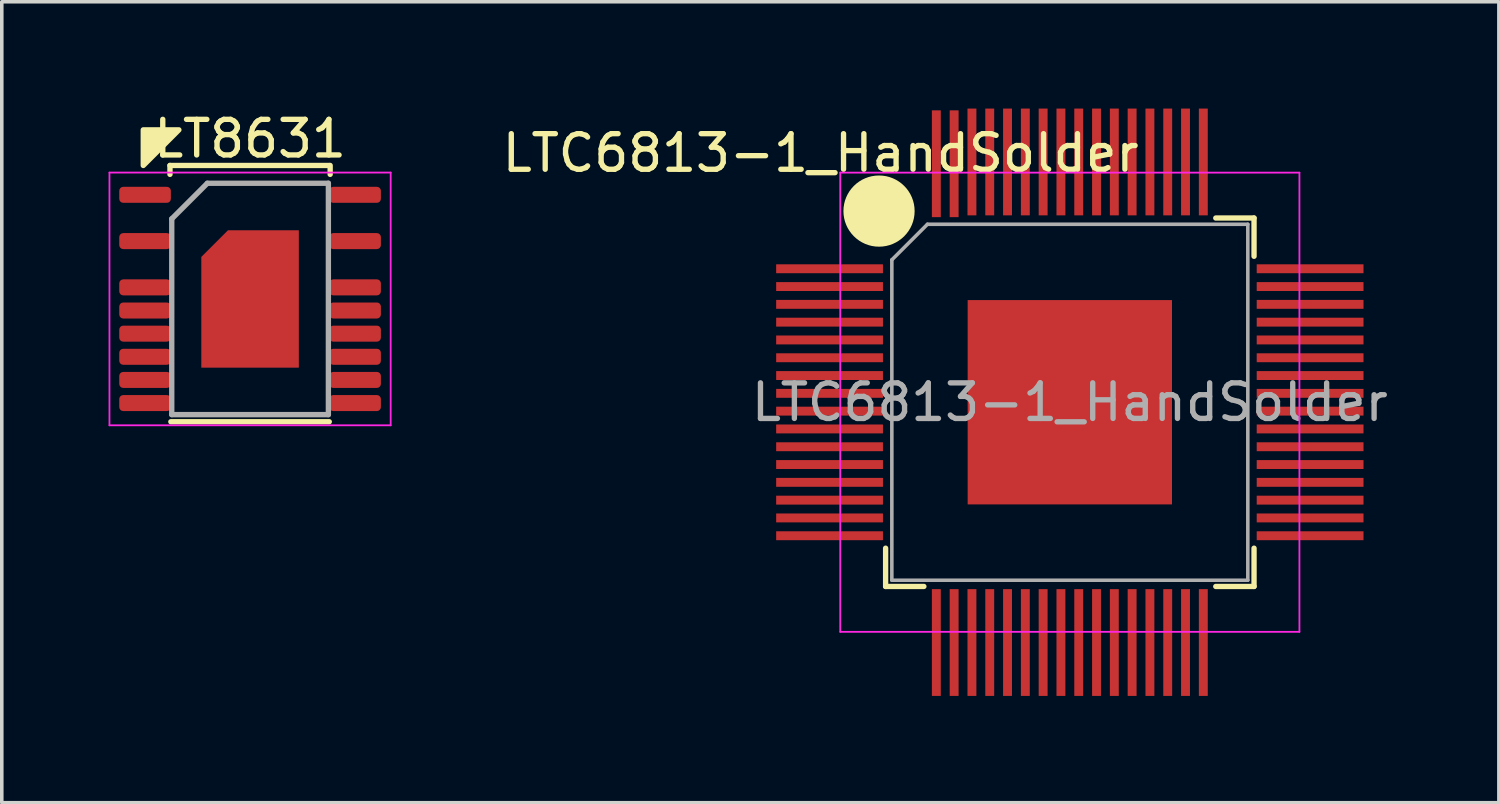
<source format=kicad_pcb>
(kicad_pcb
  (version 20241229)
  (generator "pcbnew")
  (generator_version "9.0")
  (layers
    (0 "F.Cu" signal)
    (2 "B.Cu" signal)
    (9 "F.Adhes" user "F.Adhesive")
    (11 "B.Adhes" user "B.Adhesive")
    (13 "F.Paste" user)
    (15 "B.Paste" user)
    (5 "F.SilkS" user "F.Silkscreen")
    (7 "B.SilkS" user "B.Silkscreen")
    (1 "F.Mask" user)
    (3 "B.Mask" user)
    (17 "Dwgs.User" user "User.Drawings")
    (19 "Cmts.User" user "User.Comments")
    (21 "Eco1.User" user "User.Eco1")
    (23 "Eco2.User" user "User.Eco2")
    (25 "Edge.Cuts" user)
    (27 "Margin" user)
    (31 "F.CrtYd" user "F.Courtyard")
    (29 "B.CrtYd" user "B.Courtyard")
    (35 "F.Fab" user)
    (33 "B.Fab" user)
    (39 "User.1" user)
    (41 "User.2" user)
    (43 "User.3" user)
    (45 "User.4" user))
  (footprint "LT8631"
    (layer "F.Cu")
    (at 3.975 5.348)
    (property "Reference" "LT8631" (at 0 -4.5 180) (layer "F.SilkS") (effects (font (size 1 1) (thickness 0.15))))
    (attr smd)
    (fp_line (start -2.25 -3.75) (end -2.25 -3.5) (stroke (width 0.15) (type solid)) (layer "F.SilkS"))
    (fp_line (start -2.25 -3.75) (end 2.225 -3.75) (stroke (width 0.15) (type solid)) (layer "F.SilkS"))
    (fp_line (start -2.225 3.45) (end 2.225 3.45) (stroke (width 0.15) (type solid)) (layer "F.SilkS"))
    (fp_line (start 2.25 -3.75) (end 2.25 -3.5) (stroke (width 0.15) (type solid)) (layer "F.SilkS"))
    (fp_poly (pts (xy -3 -4.75) (xy -2 -4.75) (xy -3 -3.75)) (stroke (width 0.15) (type solid)) (fill yes) (layer "F.SilkS"))
    (fp_line (start -3.95 -3.55) (end -3.95 3.55) (stroke (width 0.05) (type solid)) (layer "F.CrtYd"))
    (fp_line (start -3.95 -3.55) (end 3.95 -3.55) (stroke (width 0.05) (type solid)) (layer "F.CrtYd"))
    (fp_line (start -3.95 3.55) (end 3.95 3.55) (stroke (width 0.05) (type solid)) (layer "F.CrtYd"))
    (fp_line (start 3.95 -3.55) (end 3.95 3.55) (stroke (width 0.05) (type solid)) (layer "F.CrtYd"))
    (fp_line (start -2.2 -2.25) (end -1.2 -3.25) (stroke (width 0.15) (type solid)) (layer "F.Fab"))
    (fp_line (start -2.2 3.25) (end -2.2 -2.25) (stroke (width 0.15) (type solid)) (layer "F.Fab"))
    (fp_line (start -1.2 -3.25) (end 2.2 -3.25) (stroke (width 0.15) (type solid)) (layer "F.Fab"))
    (fp_line (start 2.2 -3.25) (end 2.2 3.25) (stroke (width 0.15) (type solid)) (layer "F.Fab"))
    (fp_line (start 2.2 3.25) (end -2.2 3.25) (stroke (width 0.15) (type solid)) (layer "F.Fab"))
    (pad "1" smd roundrect (at -2.95 -2.925) (size 1.45 0.45) (layers "F.Cu" "F.Mask" "F.Paste") (roundrect_rratio 0.25))
    (pad "3" smd roundrect (at -2.95 -1.625) (size 1.45 0.45) (layers "F.Cu" "F.Mask" "F.Paste") (roundrect_rratio 0.25))
    (pad "5" smd roundrect (at -2.95 -0.325) (size 1.45 0.45) (layers "F.Cu" "F.Mask" "F.Paste") (roundrect_rratio 0.25))
    (pad "6" smd roundrect (at -2.95 0.325) (size 1.45 0.45) (layers "F.Cu" "F.Mask" "F.Paste") (roundrect_rratio 0.25))
    (pad "7" smd roundrect (at -2.95 0.975) (size 1.45 0.45) (layers "F.Cu" "F.Mask" "F.Paste") (roundrect_rratio 0.25))
    (pad "8" smd roundrect (at -2.95 1.625) (size 1.45 0.45) (layers "F.Cu" "F.Mask" "F.Paste") (roundrect_rratio 0.25))
    (pad "9" smd roundrect (at -2.95 2.275) (size 1.45 0.45) (layers "F.Cu" "F.Mask" "F.Paste") (roundrect_rratio 0.25))
    (pad "10" smd roundrect (at -2.95 2.925) (size 1.45 0.45) (layers "F.Cu" "F.Mask" "F.Paste") (roundrect_rratio 0.25))
    (pad "11" smd roundrect (at 2.95 2.925) (size 1.45 0.45) (layers "F.Cu" "F.Mask" "F.Paste") (roundrect_rratio 0.25))
    (pad "12" smd roundrect (at 2.95 2.275) (size 1.45 0.45) (layers "F.Cu" "F.Mask" "F.Paste") (roundrect_rratio 0.25))
    (pad "13" smd roundrect (at 2.95 1.625) (size 1.45 0.45) (layers "F.Cu" "F.Mask" "F.Paste") (roundrect_rratio 0.25))
    (pad "14" smd roundrect (at 2.95 0.975) (size 1.45 0.45) (layers "F.Cu" "F.Mask" "F.Paste") (roundrect_rratio 0.25))
    (pad "15" smd roundrect (at 2.95 0.325) (size 1.45 0.45) (layers "F.Cu" "F.Mask" "F.Paste") (roundrect_rratio 0.25))
    (pad "16" smd roundrect (at 2.95 -0.325) (size 1.45 0.45) (layers "F.Cu" "F.Mask" "F.Paste") (roundrect_rratio 0.25))
    (pad "18" smd roundrect (at 2.95 -1.625) (size 1.45 0.45) (layers "F.Cu" "F.Mask" "F.Paste") (roundrect_rratio 0.25))
    (pad "20" smd roundrect (at 2.95 -2.925) (size 1.45 0.45) (layers "F.Cu" "F.Mask" "F.Paste") (roundrect_rratio 0.25))
    (pad "21" smd custom (at 0 0) (size 1 1) (layers "F.Cu" "F.Mask" "F.Paste") (options (anchor rect)) (primitives (gr_poly (pts (xy -1.37 1.93) (xy 1.37 1.93) (xy 1.37 -1.93) (xy -0.62 -1.93) (xy -1.37 -1.18)) (width 0) (fill yes)))))
  (footprint "LTC6813-1_HandSolder"
    (layer "F.Cu")
    (at 27.004 8.25)
    (property "Reference" "LTC6813-1_HandSolder" (at -7 -7 0) (layer "F.SilkS") (effects (font (size 1 1) (thickness 0.15))))
    (attr through_hole)
    (fp_line (start -5.175 5.175) (end -5.175 4.1) (stroke (width 0.15) (type solid)) (layer "F.SilkS"))
    (fp_line (start -5.175 5.175) (end -4.1 5.175) (stroke (width 0.15) (type solid)) (layer "F.SilkS"))
    (fp_line (start 5.175 -5.175) (end 4.1 -5.175) (stroke (width 0.15) (type solid)) (layer "F.SilkS"))
    (fp_line (start 5.175 -5.175) (end 5.175 -4.1) (stroke (width 0.15) (type solid)) (layer "F.SilkS"))
    (fp_line (start 5.175 5.175) (end 4.1 5.175) (stroke (width 0.15) (type solid)) (layer "F.SilkS"))
    (fp_line (start 5.175 5.175) (end 5.175 4.1) (stroke (width 0.15) (type solid)) (layer "F.SilkS"))
    (fp_line (start -6.45 -6.45) (end -6.45 6.45) (stroke (width 0.05) (type solid)) (layer "F.CrtYd"))
    (fp_line (start -6.45 -6.45) (end 6.45 -6.45) (stroke (width 0.05) (type solid)) (layer "F.CrtYd"))
    (fp_line (start -6.45 6.45) (end 6.45 6.45) (stroke (width 0.05) (type solid)) (layer "F.CrtYd"))
    (fp_line (start 6.45 -6.45) (end 6.45 6.45) (stroke (width 0.05) (type solid)) (layer "F.CrtYd"))
    (fp_line (start -5 -4) (end -5 5) (stroke (width 0.1) (type solid)) (layer "F.Fab"))
    (fp_line (start -5 5) (end 5 5) (stroke (width 0.1) (type solid)) (layer "F.Fab"))
    (fp_line (start -4 -5) (end -5 -4) (stroke (width 0.1) (type solid)) (layer "F.Fab"))
    (fp_line (start 5 -5) (end -4 -5) (stroke (width 0.1) (type solid)) (layer "F.Fab"))
    (fp_line (start 5 5) (end 5 -5) (stroke (width 0.1) (type solid)) (layer "F.Fab"))
    (fp_text user "${REFERENCE}" (at 0 0 0) (layer "F.Fab") (effects (font (size 1 1) (thickness 0.15))))
    (pad "" smd circle (at -5.36 -5.37 270) (size 2 2) (layers "F.SilkS"))
    (pad "1" smd rect (at -6.75 -3.75 270) (size 0.25 3) (layers "F.Cu" "F.Mask" "F.Paste"))
    (pad "2" smd rect (at -6.75 -3.25 270) (size 0.25 3) (layers "F.Cu" "F.Mask" "F.Paste"))
    (pad "3" smd rect (at -6.75 -2.75 270) (size 0.25 3) (layers "F.Cu" "F.Mask" "F.Paste"))
    (pad "4" smd rect (at -6.75 -2.25 270) (size 0.25 3) (layers "F.Cu" "F.Mask" "F.Paste"))
    (pad "5" smd rect (at -6.75 -1.75 270) (size 0.25 3) (layers "F.Cu" "F.Mask" "F.Paste"))
    (pad "6" smd rect (at -6.75 -1.25 270) (size 0.25 3) (layers "F.Cu" "F.Mask" "F.Paste"))
    (pad "7" smd rect (at -6.75 -0.75 270) (size 0.25 3) (layers "F.Cu" "F.Mask" "F.Paste"))
    (pad "8" smd rect (at -6.75 -0.25 270) (size 0.25 3) (layers "F.Cu" "F.Mask" "F.Paste"))
    (pad "9" smd rect (at -6.75 0.25 270) (size 0.25 3) (layers "F.Cu" "F.Mask" "F.Paste"))
    (pad "10" smd rect (at -6.75 0.75 270) (size 0.25 3) (layers "F.Cu" "F.Mask" "F.Paste"))
    (pad "11" smd rect (at -6.75 1.25 270) (size 0.25 3) (layers "F.Cu" "F.Mask" "F.Paste"))
    (pad "12" smd rect (at -6.75 1.75 270) (size 0.25 3) (layers "F.Cu" "F.Mask" "F.Paste"))
    (pad "13" smd rect (at -6.75 2.25 270) (size 0.25 3) (layers "F.Cu" "F.Mask" "F.Paste"))
    (pad "14" smd rect (at -6.75 2.75 270) (size 0.25 3) (layers "F.Cu" "F.Mask" "F.Paste"))
    (pad "15" smd rect (at -6.75 3.25 270) (size 0.25 3) (layers "F.Cu" "F.Mask" "F.Paste"))
    (pad "16" smd rect (at -6.75 3.75 270) (size 0.25 3) (layers "F.Cu" "F.Mask" "F.Paste"))
    (pad "17" smd rect (at -3.75 6.75) (size 0.25 3) (layers "F.Cu" "F.Mask" "F.Paste"))
    (pad "18" smd rect (at -3.25 6.75) (size 0.25 3) (layers "F.Cu" "F.Mask" "F.Paste"))
    (pad "19" smd rect (at -2.75 6.75) (size 0.25 3) (layers "F.Cu" "F.Mask" "F.Paste"))
    (pad "20" smd rect (at -2.25 6.75) (size 0.25 3) (layers "F.Cu" "F.Mask" "F.Paste"))
    (pad "21" smd rect (at -1.75 6.75) (size 0.25 3) (layers "F.Cu" "F.Mask" "F.Paste"))
    (pad "22" smd rect (at -1.25 6.75) (size 0.25 3) (layers "F.Cu" "F.Mask" "F.Paste"))
    (pad "23" smd rect (at -0.75 6.75) (size 0.25 3) (layers "F.Cu" "F.Mask" "F.Paste"))
    (pad "24" smd rect (at -0.25 6.75) (size 0.25 3) (layers "F.Cu" "F.Mask" "F.Paste"))
    (pad "25" smd rect (at 0.25 6.75) (size 0.25 3) (layers "F.Cu" "F.Mask" "F.Paste"))
    (pad "26" smd rect (at 0.75 6.75 180) (size 0.25 3) (layers "F.Cu" "F.Mask" "F.Paste"))
    (pad "27" smd rect (at 1.25 6.75) (size 0.25 3) (layers "F.Cu" "F.Mask" "F.Paste"))
    (pad "28" smd rect (at 1.75 6.75) (size 0.25 3) (layers "F.Cu" "F.Mask" "F.Paste"))
    (pad "29" smd rect (at 2.25 6.75) (size 0.25 3) (layers "F.Cu" "F.Mask" "F.Paste"))
    (pad "30" smd rect (at 2.75 6.75) (size 0.25 3) (layers "F.Cu" "F.Mask" "F.Paste"))
    (pad "31" smd rect (at 3.25 6.75) (size 0.25 3) (layers "F.Cu" "F.Mask" "F.Paste"))
    (pad "32" smd rect (at 3.75 6.75) (size 0.25 3) (layers "F.Cu" "F.Mask" "F.Paste"))
    (pad "33" smd rect (at 6.75 3.75 270) (size 0.25 3) (layers "F.Cu" "F.Mask" "F.Paste"))
    (pad "34" smd rect (at 6.75 3.25 270) (size 0.25 3) (layers "F.Cu" "F.Mask" "F.Paste"))
    (pad "35" smd rect (at 6.75 2.75 270) (size 0.25 3) (layers "F.Cu" "F.Mask" "F.Paste"))
    (pad "36" smd rect (at 6.75 2.25 270) (size 0.25 3) (layers "F.Cu" "F.Mask" "F.Paste"))
    (pad "37" smd rect (at 6.75 1.75 270) (size 0.25 3) (layers "F.Cu" "F.Mask" "F.Paste"))
    (pad "38" smd rect (at 6.75 1.25 270) (size 0.25 3) (layers "F.Cu" "F.Mask" "F.Paste"))
    (pad "39" smd rect (at 6.75 0.75 270) (size 0.25 3) (layers "F.Cu" "F.Mask" "F.Paste"))
    (pad "40" smd rect (at 6.75 0.25 270) (size 0.25 3) (layers "F.Cu" "F.Mask" "F.Paste"))
    (pad "41" smd rect (at 6.75 -0.25 270) (size 0.25 3) (layers "F.Cu" "F.Mask" "F.Paste"))
    (pad "42" smd rect (at 6.75 -0.75 270) (size 0.25 3) (layers "F.Cu" "F.Mask" "F.Paste"))
    (pad "43" smd rect (at 6.75 -1.25 270) (size 0.25 3) (layers "F.Cu" "F.Mask" "F.Paste"))
    (pad "44" smd rect (at 6.75 -1.75 270) (size 0.25 3) (layers "F.Cu" "F.Mask" "F.Paste"))
    (pad "45" smd rect (at 6.75 -2.25 270) (size 0.25 3) (layers "F.Cu" "F.Mask" "F.Paste"))
    (pad "46" smd rect (at 6.75 -2.75 270) (size 0.25 3) (layers "F.Cu" "F.Mask" "F.Paste"))
    (pad "47" smd rect (at 6.75 -3.25 270) (size 0.25 3) (layers "F.Cu" "F.Mask" "F.Paste"))
    (pad "48" smd rect (at 6.75 -3.75 270) (size 0.25 3) (layers "F.Cu" "F.Mask" "F.Paste"))
    (pad "49" smd rect (at 3.75 -6.75 90) (size 3 0.25) (layers "F.Cu" "F.Mask" "F.Paste"))
    (pad "50" smd rect (at 3.25 -6.75 90) (size 3 0.25) (layers "F.Cu" "F.Mask" "F.Paste"))
    (pad "51" smd rect (at 2.75 -6.75 90) (size 3 0.25) (layers "F.Cu" "F.Mask" "F.Paste"))
    (pad "52" smd rect (at 2.25 -6.75 90) (size 3 0.25) (layers "F.Cu" "F.Mask" "F.Paste"))
    (pad "53" smd rect (at 1.75 -6.75 90) (size 3 0.25) (layers "F.Cu" "F.Mask" "F.Paste"))
    (pad "54" smd rect (at 1.25 -6.75 90) (size 3 0.25) (layers "F.Cu" "F.Mask" "F.Paste"))
    (pad "55" smd rect (at 0.75 -6.75 90) (size 3 0.25) (layers "F.Cu" "F.Mask" "F.Paste"))
    (pad "56" smd rect (at 0.25 -6.75 90) (size 3 0.25) (layers "F.Cu" "F.Mask" "F.Paste"))
    (pad "57" smd rect (at -0.25 -6.75 90) (size 3 0.25) (layers "F.Cu" "F.Mask" "F.Paste"))
    (pad "58" smd rect (at -0.75 -6.75 90) (size 3 0.25) (layers "F.Cu" "F.Mask" "F.Paste"))
    (pad "59" smd rect (at -1.25 -6.75 90) (size 3 0.25) (layers "F.Cu" "F.Mask" "F.Paste"))
    (pad "60" smd rect (at -1.75 -6.75 90) (size 3 0.25) (layers "F.Cu" "F.Mask" "F.Paste"))
    (pad "61" smd rect (at -2.25 -6.75 90) (size 3 0.25) (layers "F.Cu" "F.Mask" "F.Paste"))
    (pad "62" smd rect (at -2.75 -6.75 90) (size 3 0.25) (layers "F.Cu" "F.Mask" "F.Paste"))
    (pad "63" smd rect (at -3.25 -6.7 90) (size 3 0.25) (layers "F.Cu" "F.Mask" "F.Paste"))
    (pad "64" smd rect (at -3.75 -6.7 90) (size 3 0.25) (layers "F.Cu" "F.Mask" "F.Paste"))
    (pad "65" smd rect (at 0 0) (size 5.74 5.74) (layers "F.Cu" "F.Mask" "F.Paste")))
  (gr_rect
    (start -3 -3)
    (end 39.057 19.5)
    (stroke (width 0.1) (type default))
    (fill no)
    (layer "Edge.Cuts")))
</source>
